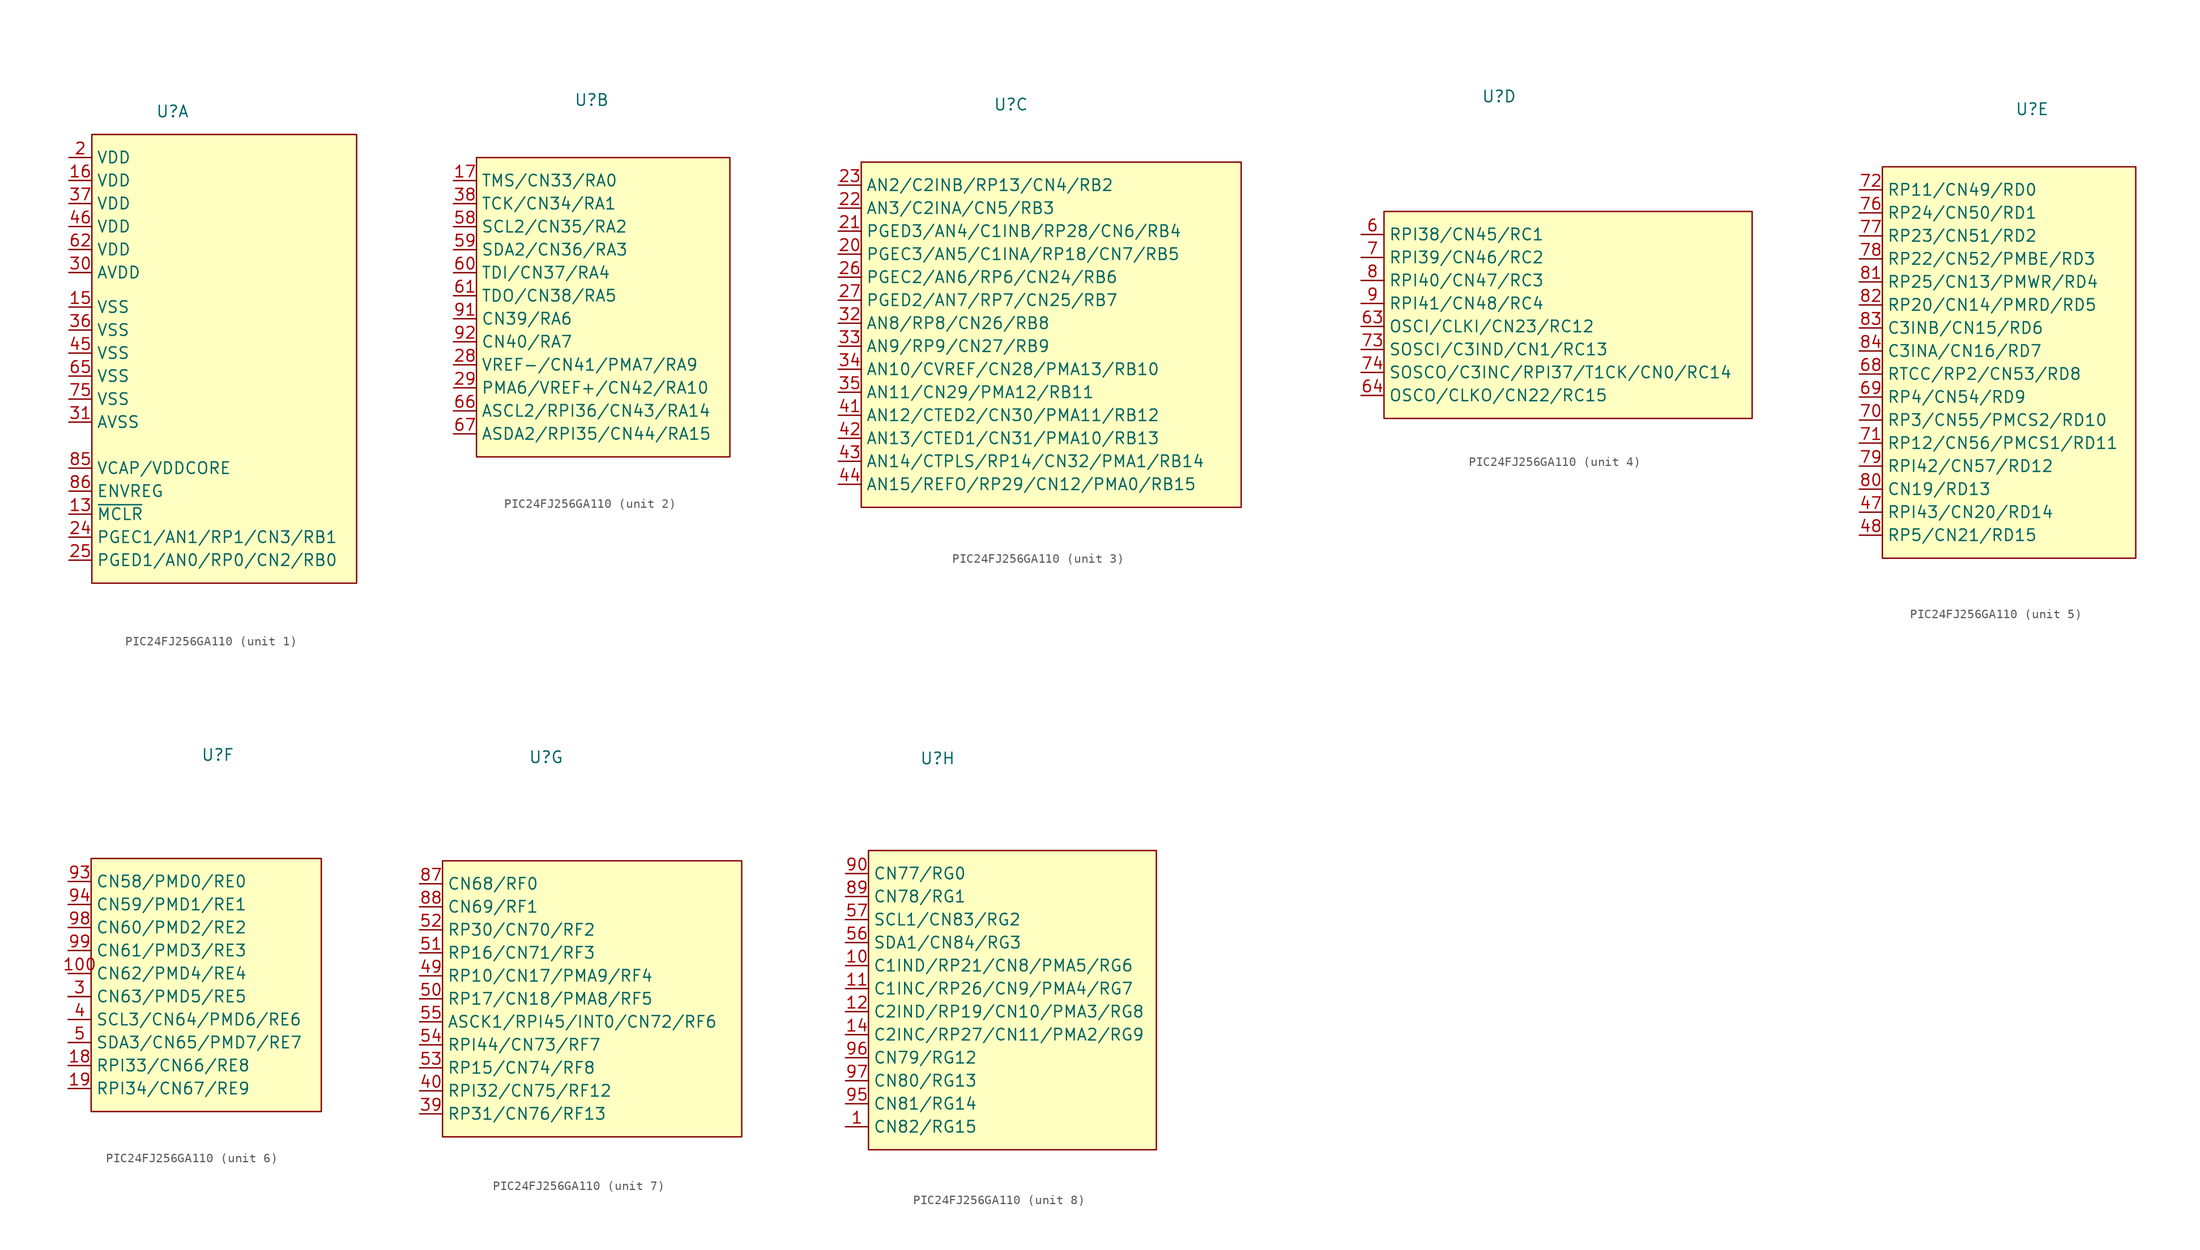
<source format=kicad_sym>
(kicad_symbol_lib
  (version 20220914)
  (generator kicad_symbol_editor)
  (symbol "PIC24FJ256GA110"
    (property "Reference" "U"
      (at 0 24.13 0)
      (effects (font (size 1.27 1.27))))
    (property "Value" ""
      (at -1.27 26.67 0)
      (effects (font (size 1.27 1.27))))
    (property "ki_locked" ""
      (at 0 0 0)
      (effects (font (size 1.27 1.27))))
    (symbol "PIC24FJ256GA110_1_1"
      (rectangle (start -8.89 21.59) (end 20.32 -27.94) (stroke (width 0) (type default)) (fill (type background)))
      (pin input line (at -11.43 -20.32 0) (length 2.54) (name "~{MCLR}" (effects (font (size 1.27 1.27)))) (number "13" (effects (font (size 1.27 1.27)))))
      (pin input line (at -11.43 2.54 0) (length 2.54) (name "VSS" (effects (font (size 1.27 1.27)))) (number "15" (effects (font (size 1.27 1.27)))))
      (pin input line (at -11.43 16.51 0) (length 2.54) (name "VDD" (effects (font (size 1.27 1.27)))) (number "16" (effects (font (size 1.27 1.27)))))
      (pin input line (at -11.43 19.05 0) (length 2.54) (name "VDD" (effects (font (size 1.27 1.27)))) (number "2" (effects (font (size 1.27 1.27)))))
      (pin input line (at -11.43 -22.86 0) (length 2.54) (name "PGEC1/AN1/RP1/CN3/RB1" (effects (font (size 1.27 1.27)))) (number "24" (effects (font (size 1.27 1.27)))))
      (pin input line (at -11.43 -25.4 0) (length 2.54) (name "PGED1/AN0/RP0/CN2/RB0" (effects (font (size 1.27 1.27)))) (number "25" (effects (font (size 1.27 1.27)))))
      (pin input line (at -11.43 6.35 0) (length 2.54) (name "AVDD" (effects (font (size 1.27 1.27)))) (number "30" (effects (font (size 1.27 1.27)))))
      (pin input line (at -11.43 -10.16 0) (length 2.54) (name "AVSS" (effects (font (size 1.27 1.27)))) (number "31" (effects (font (size 1.27 1.27)))))
      (pin input line (at -11.43 0 0) (length 2.54) (name "VSS" (effects (font (size 1.27 1.27)))) (number "36" (effects (font (size 1.27 1.27)))))
      (pin input line (at -11.43 13.97 0) (length 2.54) (name "VDD" (effects (font (size 1.27 1.27)))) (number "37" (effects (font (size 1.27 1.27)))))
      (pin input line (at -11.43 -2.54 0) (length 2.54) (name "VSS" (effects (font (size 1.27 1.27)))) (number "45" (effects (font (size 1.27 1.27)))))
      (pin input line (at -11.43 11.43 0) (length 2.54) (name "VDD" (effects (font (size 1.27 1.27)))) (number "46" (effects (font (size 1.27 1.27)))))
      (pin input line (at -11.43 8.89 0) (length 2.54) (name "VDD" (effects (font (size 1.27 1.27)))) (number "62" (effects (font (size 1.27 1.27)))))
      (pin input line (at -11.43 -5.08 0) (length 2.54) (name "VSS" (effects (font (size 1.27 1.27)))) (number "65" (effects (font (size 1.27 1.27)))))
      (pin input line (at -11.43 -7.62 0) (length 2.54) (name "VSS" (effects (font (size 1.27 1.27)))) (number "75" (effects (font (size 1.27 1.27)))))
      (pin input line (at -11.43 -15.24 0) (length 2.54) (name "VCAP/VDDCORE" (effects (font (size 1.27 1.27)))) (number "85" (effects (font (size 1.27 1.27)))))
      (pin input line (at -11.43 -17.78 0) (length 2.54) (name "ENVREG" (effects (font (size 1.27 1.27)))) (number "86" (effects (font (size 1.27 1.27))))))
    (symbol "PIC24FJ256GA110_2_1"
      (rectangle (start -12.7 17.78) (end 15.24 -15.24) (stroke (width 0) (type default)) (fill (type background)))
      (pin input line (at -15.24 15.24 0) (length 2.54) (name "TMS/CN33/RA0" (effects (font (size 1.27 1.27)))) (number "17" (effects (font (size 1.27 1.27)))))
      (pin input line (at -15.24 -5.08 0) (length 2.54) (name "VREF-/CN41/PMA7/RA9" (effects (font (size 1.27 1.27)))) (number "28" (effects (font (size 1.27 1.27)))))
      (pin input line (at -15.24 -7.62 0) (length 2.54) (name "PMA6/VREF+/CN42/RA10" (effects (font (size 1.27 1.27)))) (number "29" (effects (font (size 1.27 1.27)))))
      (pin input line (at -15.24 12.7 0) (length 2.54) (name "TCK/CN34/RA1" (effects (font (size 1.27 1.27)))) (number "38" (effects (font (size 1.27 1.27)))))
      (pin input line (at -15.24 10.16 0) (length 2.54) (name "SCL2/CN35/RA2" (effects (font (size 1.27 1.27)))) (number "58" (effects (font (size 1.27 1.27)))))
      (pin input line (at -15.24 7.62 0) (length 2.54) (name "SDA2/CN36/RA3" (effects (font (size 1.27 1.27)))) (number "59" (effects (font (size 1.27 1.27)))))
      (pin input line (at -15.24 5.08 0) (length 2.54) (name "TDI/CN37/RA4" (effects (font (size 1.27 1.27)))) (number "60" (effects (font (size 1.27 1.27)))))
      (pin input line (at -15.24 2.54 0) (length 2.54) (name "TDO/CN38/RA5" (effects (font (size 1.27 1.27)))) (number "61" (effects (font (size 1.27 1.27)))))
      (pin input line (at -15.24 -10.16 0) (length 2.54) (name "ASCL2/RPI36/CN43/RA14" (effects (font (size 1.27 1.27)))) (number "66" (effects (font (size 1.27 1.27)))))
      (pin input line (at -15.24 -12.7 0) (length 2.54) (name "ASDA2/RPI35/CN44/RA15" (effects (font (size 1.27 1.27)))) (number "67" (effects (font (size 1.27 1.27)))))
      (pin input line (at -15.24 0 0) (length 2.54) (name "CN39/RA6" (effects (font (size 1.27 1.27)))) (number "91" (effects (font (size 1.27 1.27)))))
      (pin input line (at -15.24 -2.54 0) (length 2.54) (name "CN40/RA7" (effects (font (size 1.27 1.27)))) (number "92" (effects (font (size 1.27 1.27))))))
    (symbol "PIC24FJ256GA110_3_1"
      (rectangle (start -16.51 17.78) (end 25.4 -20.32) (stroke (width 0) (type default)) (fill (type background)))
      (pin input line (at -19.05 7.62 0) (length 2.54) (name "PGEC3/AN5/C1INA/RP18/CN7/RB5" (effects (font (size 1.27 1.27)))) (number "20" (effects (font (size 1.27 1.27)))))
      (pin input line (at -19.05 10.16 0) (length 2.54) (name "PGED3/AN4/C1INB/RP28/CN6/RB4" (effects (font (size 1.27 1.27)))) (number "21" (effects (font (size 1.27 1.27)))))
      (pin input line (at -19.05 12.7 0) (length 2.54) (name "AN3/C2INA/CN5/RB3" (effects (font (size 1.27 1.27)))) (number "22" (effects (font (size 1.27 1.27)))))
      (pin input line (at -19.05 15.24 0) (length 2.54) (name "AN2/C2INB/RP13/CN4/RB2" (effects (font (size 1.27 1.27)))) (number "23" (effects (font (size 1.27 1.27)))))
      (pin input line (at -19.05 5.08 0) (length 2.54) (name "PGEC2/AN6/RP6/CN24/RB6" (effects (font (size 1.27 1.27)))) (number "26" (effects (font (size 1.27 1.27)))))
      (pin input line (at -19.05 2.54 0) (length 2.54) (name "PGED2/AN7/RP7/CN25/RB7" (effects (font (size 1.27 1.27)))) (number "27" (effects (font (size 1.27 1.27)))))
      (pin input line (at -19.05 0 0) (length 2.54) (name "AN8/RP8/CN26/RB8" (effects (font (size 1.27 1.27)))) (number "32" (effects (font (size 1.27 1.27)))))
      (pin input line (at -19.05 -2.54 0) (length 2.54) (name "AN9/RP9/CN27/RB9" (effects (font (size 1.27 1.27)))) (number "33" (effects (font (size 1.27 1.27)))))
      (pin input line (at -19.05 -5.08 0) (length 2.54) (name "AN10/CVREF/CN28/PMA13/RB10" (effects (font (size 1.27 1.27)))) (number "34" (effects (font (size 1.27 1.27)))))
      (pin input line (at -19.05 -7.62 0) (length 2.54) (name "AN11/CN29/PMA12/RB11" (effects (font (size 1.27 1.27)))) (number "35" (effects (font (size 1.27 1.27)))))
      (pin input line (at -19.05 -10.16 0) (length 2.54) (name "AN12/CTED2/CN30/PMA11/RB12" (effects (font (size 1.27 1.27)))) (number "41" (effects (font (size 1.27 1.27)))))
      (pin input line (at -19.05 -12.7 0) (length 2.54) (name "AN13/CTED1/CN31/PMA10/RB13" (effects (font (size 1.27 1.27)))) (number "42" (effects (font (size 1.27 1.27)))))
      (pin input line (at -19.05 -15.24 0) (length 2.54) (name "AN14/CTPLS/RP14/CN32/PMA1/RB14" (effects (font (size 1.27 1.27)))) (number "43" (effects (font (size 1.27 1.27)))))
      (pin input line (at -19.05 -17.78 0) (length 2.54) (name "AN15/REFO/RP29/CN12/PMA0/RB15" (effects (font (size 1.27 1.27)))) (number "44" (effects (font (size 1.27 1.27))))))
    (symbol "PIC24FJ256GA110_4_1"
      (rectangle (start -12.7 11.43) (end 27.94 -11.43) (stroke (width 0) (type default)) (fill (type background)))
      (pin input line (at -15.24 8.89 0) (length 2.54) (name "RPI38/CN45/RC1" (effects (font (size 1.27 1.27)))) (number "6" (effects (font (size 1.27 1.27)))))
      (pin input line (at -15.24 -1.27 0) (length 2.54) (name "OSCI/CLKI/CN23/RC12" (effects (font (size 1.27 1.27)))) (number "63" (effects (font (size 1.27 1.27)))))
      (pin input line (at -15.24 -8.89 0) (length 2.54) (name "OSCO/CLKO/CN22/RC15" (effects (font (size 1.27 1.27)))) (number "64" (effects (font (size 1.27 1.27)))))
      (pin input line (at -15.24 6.35 0) (length 2.54) (name "RPI39/CN46/RC2" (effects (font (size 1.27 1.27)))) (number "7" (effects (font (size 1.27 1.27)))))
      (pin input line (at -15.24 -3.81 0) (length 2.54) (name "SOSCI/C3IND/CN1/RC13" (effects (font (size 1.27 1.27)))) (number "73" (effects (font (size 1.27 1.27)))))
      (pin input line (at -15.24 -6.35 0) (length 2.54) (name "SOSCO/C3INC/RPI37/T1CK/CN0/RC14" (effects (font (size 1.27 1.27)))) (number "74" (effects (font (size 1.27 1.27)))))
      (pin input line (at -15.24 3.81 0) (length 2.54) (name "RPI40/CN47/RC3" (effects (font (size 1.27 1.27)))) (number "8" (effects (font (size 1.27 1.27)))))
      (pin input line (at -15.24 1.27 0) (length 2.54) (name "RPI41/CN48/RC4" (effects (font (size 1.27 1.27)))) (number "9" (effects (font (size 1.27 1.27))))))
    (symbol "PIC24FJ256GA110_5_1"
      (rectangle (start -16.51 17.78) (end 11.43 -25.4) (stroke (width 0) (type default)) (fill (type background)))
      (pin input line (at -19.05 -20.32 0) (length 2.54) (name "RPI43/CN20/RD14" (effects (font (size 1.27 1.27)))) (number "47" (effects (font (size 1.27 1.27)))))
      (pin input line (at -19.05 -22.86 0) (length 2.54) (name "RP5/CN21/RD15" (effects (font (size 1.27 1.27)))) (number "48" (effects (font (size 1.27 1.27)))))
      (pin input line (at -19.05 -5.08 0) (length 2.54) (name "RTCC/RP2/CN53/RD8" (effects (font (size 1.27 1.27)))) (number "68" (effects (font (size 1.27 1.27)))))
      (pin input line (at -19.05 -7.62 0) (length 2.54) (name "RP4/CN54/RD9" (effects (font (size 1.27 1.27)))) (number "69" (effects (font (size 1.27 1.27)))))
      (pin input line (at -19.05 -10.16 0) (length 2.54) (name "RP3/CN55/PMCS2/RD10" (effects (font (size 1.27 1.27)))) (number "70" (effects (font (size 1.27 1.27)))))
      (pin input line (at -19.05 -12.7 0) (length 2.54) (name "RP12/CN56/PMCS1/RD11" (effects (font (size 1.27 1.27)))) (number "71" (effects (font (size 1.27 1.27)))))
      (pin input line (at -19.05 15.24 0) (length 2.54) (name "RP11/CN49/RD0" (effects (font (size 1.27 1.27)))) (number "72" (effects (font (size 1.27 1.27)))))
      (pin input line (at -19.05 12.7 0) (length 2.54) (name "RP24/CN50/RD1" (effects (font (size 1.27 1.27)))) (number "76" (effects (font (size 1.27 1.27)))))
      (pin input line (at -19.05 10.16 0) (length 2.54) (name "RP23/CN51/RD2" (effects (font (size 1.27 1.27)))) (number "77" (effects (font (size 1.27 1.27)))))
      (pin input line (at -19.05 7.62 0) (length 2.54) (name "RP22/CN52/PMBE/RD3" (effects (font (size 1.27 1.27)))) (number "78" (effects (font (size 1.27 1.27)))))
      (pin input line (at -19.05 -15.24 0) (length 2.54) (name "RPI42/CN57/RD12" (effects (font (size 1.27 1.27)))) (number "79" (effects (font (size 1.27 1.27)))))
      (pin input line (at -19.05 -17.78 0) (length 2.54) (name "CN19/RD13" (effects (font (size 1.27 1.27)))) (number "80" (effects (font (size 1.27 1.27)))))
      (pin input line (at -19.05 5.08 0) (length 2.54) (name "RP25/CN13/PMWR/RD4" (effects (font (size 1.27 1.27)))) (number "81" (effects (font (size 1.27 1.27)))))
      (pin input line (at -19.05 2.54 0) (length 2.54) (name "RP20/CN14/PMRD/RD5" (effects (font (size 1.27 1.27)))) (number "82" (effects (font (size 1.27 1.27)))))
      (pin input line (at -19.05 0 0) (length 2.54) (name "C3INB/CN15/RD6" (effects (font (size 1.27 1.27)))) (number "83" (effects (font (size 1.27 1.27)))))
      (pin input line (at -19.05 -2.54 0) (length 2.54) (name "C3INA/CN16/RD7" (effects (font (size 1.27 1.27)))) (number "84" (effects (font (size 1.27 1.27))))))
    (symbol "PIC24FJ256GA110_6_0"
      (pin input line (at -16.51 -2.54 0) (length 2.54) (name "" (effects (font (size 1.27 1.27)))) (number "" (effects (font (size 1.27 1.27))))))
    (symbol "PIC24FJ256GA110_6_1"
      (rectangle (start -13.97 12.7) (end 11.43 -15.24) (stroke (width 0) (type default)) (fill (type background)))
      (pin input line (at -16.51 0 0) (length 2.54) (name "CN62/PMD4/RE4" (effects (font (size 1.27 1.27)))) (number "100" (effects (font (size 1.27 1.27)))))
      (pin input line (at -16.51 -10.16 0) (length 2.54) (name "RPI33/CN66/RE8" (effects (font (size 1.27 1.27)))) (number "18" (effects (font (size 1.27 1.27)))))
      (pin input line (at -16.51 -12.7 0) (length 2.54) (name "RPI34/CN67/RE9" (effects (font (size 1.27 1.27)))) (number "19" (effects (font (size 1.27 1.27)))))
      (pin input line (at -16.51 -2.54 0) (length 2.54) (name "CN63/PMD5/RE5" (effects (font (size 1.27 1.27)))) (number "3" (effects (font (size 1.27 1.27)))))
      (pin input line (at -16.51 -5.08 0) (length 2.54) (name "SCL3/CN64/PMD6/RE6" (effects (font (size 1.27 1.27)))) (number "4" (effects (font (size 1.27 1.27)))))
      (pin input line (at -16.51 -7.62 0) (length 2.54) (name "SDA3/CN65/PMD7/RE7" (effects (font (size 1.27 1.27)))) (number "5" (effects (font (size 1.27 1.27)))))
      (pin input line (at -16.51 10.16 0) (length 2.54) (name "CN58/PMD0/RE0" (effects (font (size 1.27 1.27)))) (number "93" (effects (font (size 1.27 1.27)))))
      (pin input line (at -16.51 7.62 0) (length 2.54) (name "CN59/PMD1/RE1" (effects (font (size 1.27 1.27)))) (number "94" (effects (font (size 1.27 1.27)))))
      (pin input line (at -16.51 5.08 0) (length 2.54) (name "CN60/PMD2/RE2" (effects (font (size 1.27 1.27)))) (number "98" (effects (font (size 1.27 1.27)))))
      (pin input line (at -16.51 2.54 0) (length 2.54) (name "CN61/PMD3/RE3" (effects (font (size 1.27 1.27)))) (number "99" (effects (font (size 1.27 1.27))))))
    (symbol "PIC24FJ256GA110_7_1"
      (rectangle (start -11.43 12.7) (end 21.59 -17.78) (stroke (width 0) (type default)) (fill (type background)))
      (pin input line (at -13.97 -15.24 0) (length 2.54) (name "RP31/CN76/RF13" (effects (font (size 1.27 1.27)))) (number "39" (effects (font (size 1.27 1.27)))))
      (pin input line (at -13.97 -12.7 0) (length 2.54) (name "RPI32/CN75/RF12" (effects (font (size 1.27 1.27)))) (number "40" (effects (font (size 1.27 1.27)))))
      (pin input line (at -13.97 0 0) (length 2.54) (name "RP10/CN17/PMA9/RF4" (effects (font (size 1.27 1.27)))) (number "49" (effects (font (size 1.27 1.27)))))
      (pin input line (at -13.97 -2.54 0) (length 2.54) (name "RP17/CN18/PMA8/RF5" (effects (font (size 1.27 1.27)))) (number "50" (effects (font (size 1.27 1.27)))))
      (pin input line (at -13.97 2.54 0) (length 2.54) (name "RP16/CN71/RF3" (effects (font (size 1.27 1.27)))) (number "51" (effects (font (size 1.27 1.27)))))
      (pin input line (at -13.97 5.08 0) (length 2.54) (name "RP30/CN70/RF2" (effects (font (size 1.27 1.27)))) (number "52" (effects (font (size 1.27 1.27)))))
      (pin input line (at -13.97 -10.16 0) (length 2.54) (name "RP15/CN74/RF8" (effects (font (size 1.27 1.27)))) (number "53" (effects (font (size 1.27 1.27)))))
      (pin input line (at -13.97 -7.62 0) (length 2.54) (name "RPI44/CN73/RF7" (effects (font (size 1.27 1.27)))) (number "54" (effects (font (size 1.27 1.27)))))
      (pin input line (at -13.97 -5.08 0) (length 2.54) (name "ASCK1/RPI45/INT0/CN72/RF6" (effects (font (size 1.27 1.27)))) (number "55" (effects (font (size 1.27 1.27)))))
      (pin input line (at -13.97 10.16 0) (length 2.54) (name "CN68/RF0" (effects (font (size 1.27 1.27)))) (number "87" (effects (font (size 1.27 1.27)))))
      (pin input line (at -13.97 7.62 0) (length 2.54) (name "CN69/RF1" (effects (font (size 1.27 1.27)))) (number "88" (effects (font (size 1.27 1.27))))))
    (symbol "PIC24FJ256GA110_8_1"
      (rectangle (start -7.62 13.97) (end 24.13 -19.05) (stroke (width 0) (type default)) (fill (type background)))
      (pin input line (at -10.16 -16.51 0) (length 2.54) (name "CN82/RG15" (effects (font (size 1.27 1.27)))) (number "1" (effects (font (size 1.27 1.27)))))
      (pin input line (at -10.16 1.27 0) (length 2.54) (name "C1IND/RP21/CN8/PMA5/RG6" (effects (font (size 1.27 1.27)))) (number "10" (effects (font (size 1.27 1.27)))))
      (pin input line (at -10.16 -1.27 0) (length 2.54) (name "C1INC/RP26/CN9/PMA4/RG7" (effects (font (size 1.27 1.27)))) (number "11" (effects (font (size 1.27 1.27)))))
      (pin input line (at -10.16 -3.81 0) (length 2.54) (name "C2IND/RP19/CN10/PMA3/RG8" (effects (font (size 1.27 1.27)))) (number "12" (effects (font (size 1.27 1.27)))))
      (pin input line (at -10.16 -6.35 0) (length 2.54) (name "C2INC/RP27/CN11/PMA2/RG9" (effects (font (size 1.27 1.27)))) (number "14" (effects (font (size 1.27 1.27)))))
      (pin input line (at -10.16 3.81 0) (length 2.54) (name "SDA1/CN84/RG3" (effects (font (size 1.27 1.27)))) (number "56" (effects (font (size 1.27 1.27)))))
      (pin input line (at -10.16 6.35 0) (length 2.54) (name "SCL1/CN83/RG2" (effects (font (size 1.27 1.27)))) (number "57" (effects (font (size 1.27 1.27)))))
      (pin input line (at -10.16 8.89 0) (length 2.54) (name "CN78/RG1" (effects (font (size 1.27 1.27)))) (number "89" (effects (font (size 1.27 1.27)))))
      (pin input line (at -10.16 11.43 0) (length 2.54) (name "CN77/RG0" (effects (font (size 1.27 1.27)))) (number "90" (effects (font (size 1.27 1.27)))))
      (pin input line (at -10.16 -13.97 0) (length 2.54) (name "CN81/RG14" (effects (font (size 1.27 1.27)))) (number "95" (effects (font (size 1.27 1.27)))))
      (pin input line (at -10.16 -8.89 0) (length 2.54) (name "CN79/RG12" (effects (font (size 1.27 1.27)))) (number "96" (effects (font (size 1.27 1.27)))))
      (pin input line (at -10.16 -11.43 0) (length 2.54) (name "CN80/RG13" (effects (font (size 1.27 1.27)))) (number "97" (effects (font (size 1.27 1.27))))))))
</source>
